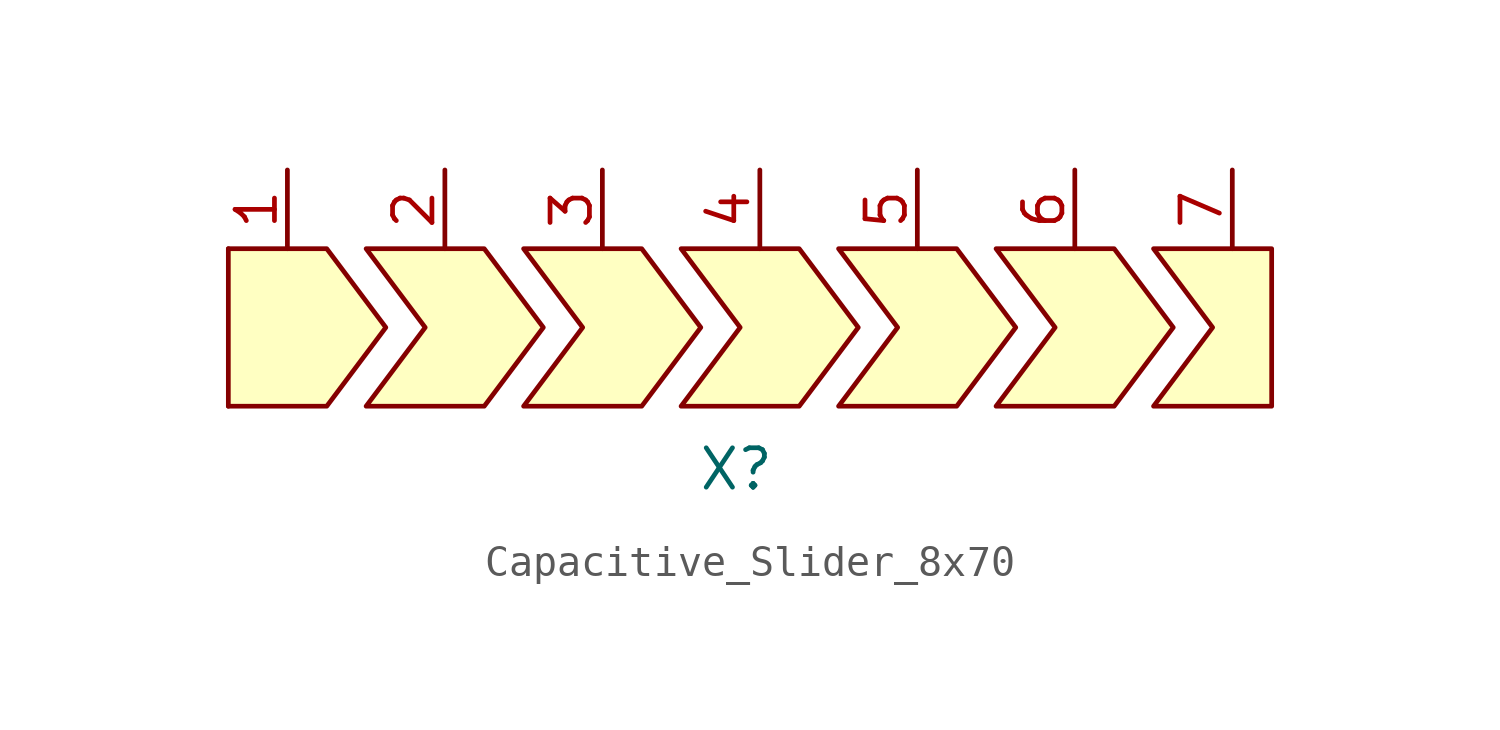
<source format=kicad_sym>
(kicad_symbol_lib
  (version 20231120)
  (generator "kicad_symbol_editor")
  (generator_version "8.0")
  (symbol "Capacitive_Slider_8x70"
    (property "Reference" "X"
      (at 1.778 -0.762 0)
      (effects (font (size 1.27 1.27))))
    (property "Value" ""
      (at 0 0 0)
      (effects (font (size 1.27 1.27))))
    (symbol "Capacitive_Slider_8x70_0_1"
      (polyline (pts (xy -14.605 6.35) (xy -14.605 1.27)) (stroke (width 0) (type default)) (fill (type background)))
      (polyline (pts (xy -14.605 6.35) (xy -11.43 6.35) (xy -9.525 3.81) (xy -11.43 1.27) (xy -14.605 1.27)) (stroke (width 0) (type default)) (fill (type background)))
      (polyline (pts (xy -10.16 6.35) (xy -8.255 3.81) (xy -10.16 1.27) (xy -6.35 1.27) (xy -4.445 3.81) (xy -6.35 6.35) (xy -10.16 6.35)) (stroke (width 0) (type default)) (fill (type background)))
      (polyline (pts (xy -5.08 6.35) (xy -3.175 3.81) (xy -5.08 1.27) (xy -1.27 1.27) (xy 0.635 3.81) (xy -1.27 6.35) (xy -5.08 6.35)) (stroke (width 0) (type default)) (fill (type background)))
      (polyline (pts (xy 0 6.35) (xy 1.905 3.81) (xy 0 1.27) (xy 3.81 1.27) (xy 5.715 3.81) (xy 3.81 6.35) (xy 0 6.35)) (stroke (width 0) (type default)) (fill (type background)))
      (polyline (pts (xy 5.08 6.35) (xy 6.985 3.81) (xy 5.08 1.27) (xy 8.89 1.27) (xy 10.795 3.81) (xy 8.89 6.35) (xy 5.08 6.35)) (stroke (width 0) (type default)) (fill (type background)))
      (polyline (pts (xy 10.16 6.35) (xy 12.065 3.81) (xy 10.16 1.27) (xy 13.97 1.27) (xy 15.875 3.81) (xy 13.97 6.35) (xy 10.16 6.35)) (stroke (width 0) (type default)) (fill (type background)))
      (polyline (pts (xy 15.24 6.35) (xy 17.145 3.81) (xy 15.24 1.27) (xy 19.05 1.27) (xy 19.05 3.81) (xy 19.05 6.35) (xy 15.24 6.35)) (stroke (width 0) (type default)) (fill (type background))))
    (symbol "Capacitive_Slider_8x70_1_1"
      (pin passive line (at -12.7 8.89 270) (length 2.54) (name "" (effects (font (size 1.27 1.27)))) (number "1" (effects (font (size 1.27 1.27)))))
      (pin passive line (at -7.62 8.89 270) (length 2.54) (name "" (effects (font (size 1.27 1.27)))) (number "2" (effects (font (size 1.27 1.27)))))
      (pin passive line (at -2.54 8.89 270) (length 2.54) (name "" (effects (font (size 1.27 1.27)))) (number "3" (effects (font (size 1.27 1.27)))))
      (pin passive line (at 2.54 8.89 270) (length 2.54) (name "" (effects (font (size 1.27 1.27)))) (number "4" (effects (font (size 1.27 1.27)))))
      (pin passive line (at 7.62 8.89 270) (length 2.54) (name "" (effects (font (size 1.27 1.27)))) (number "5" (effects (font (size 1.27 1.27)))))
      (pin passive line (at 12.7 8.89 270) (length 2.54) (name "" (effects (font (size 1.27 1.27)))) (number "6" (effects (font (size 1.27 1.27)))))
      (pin passive line (at 17.78 8.89 270) (length 2.54) (name "" (effects (font (size 1.27 1.27)))) (number "7" (effects (font (size 1.27 1.27))))))))
</source>
